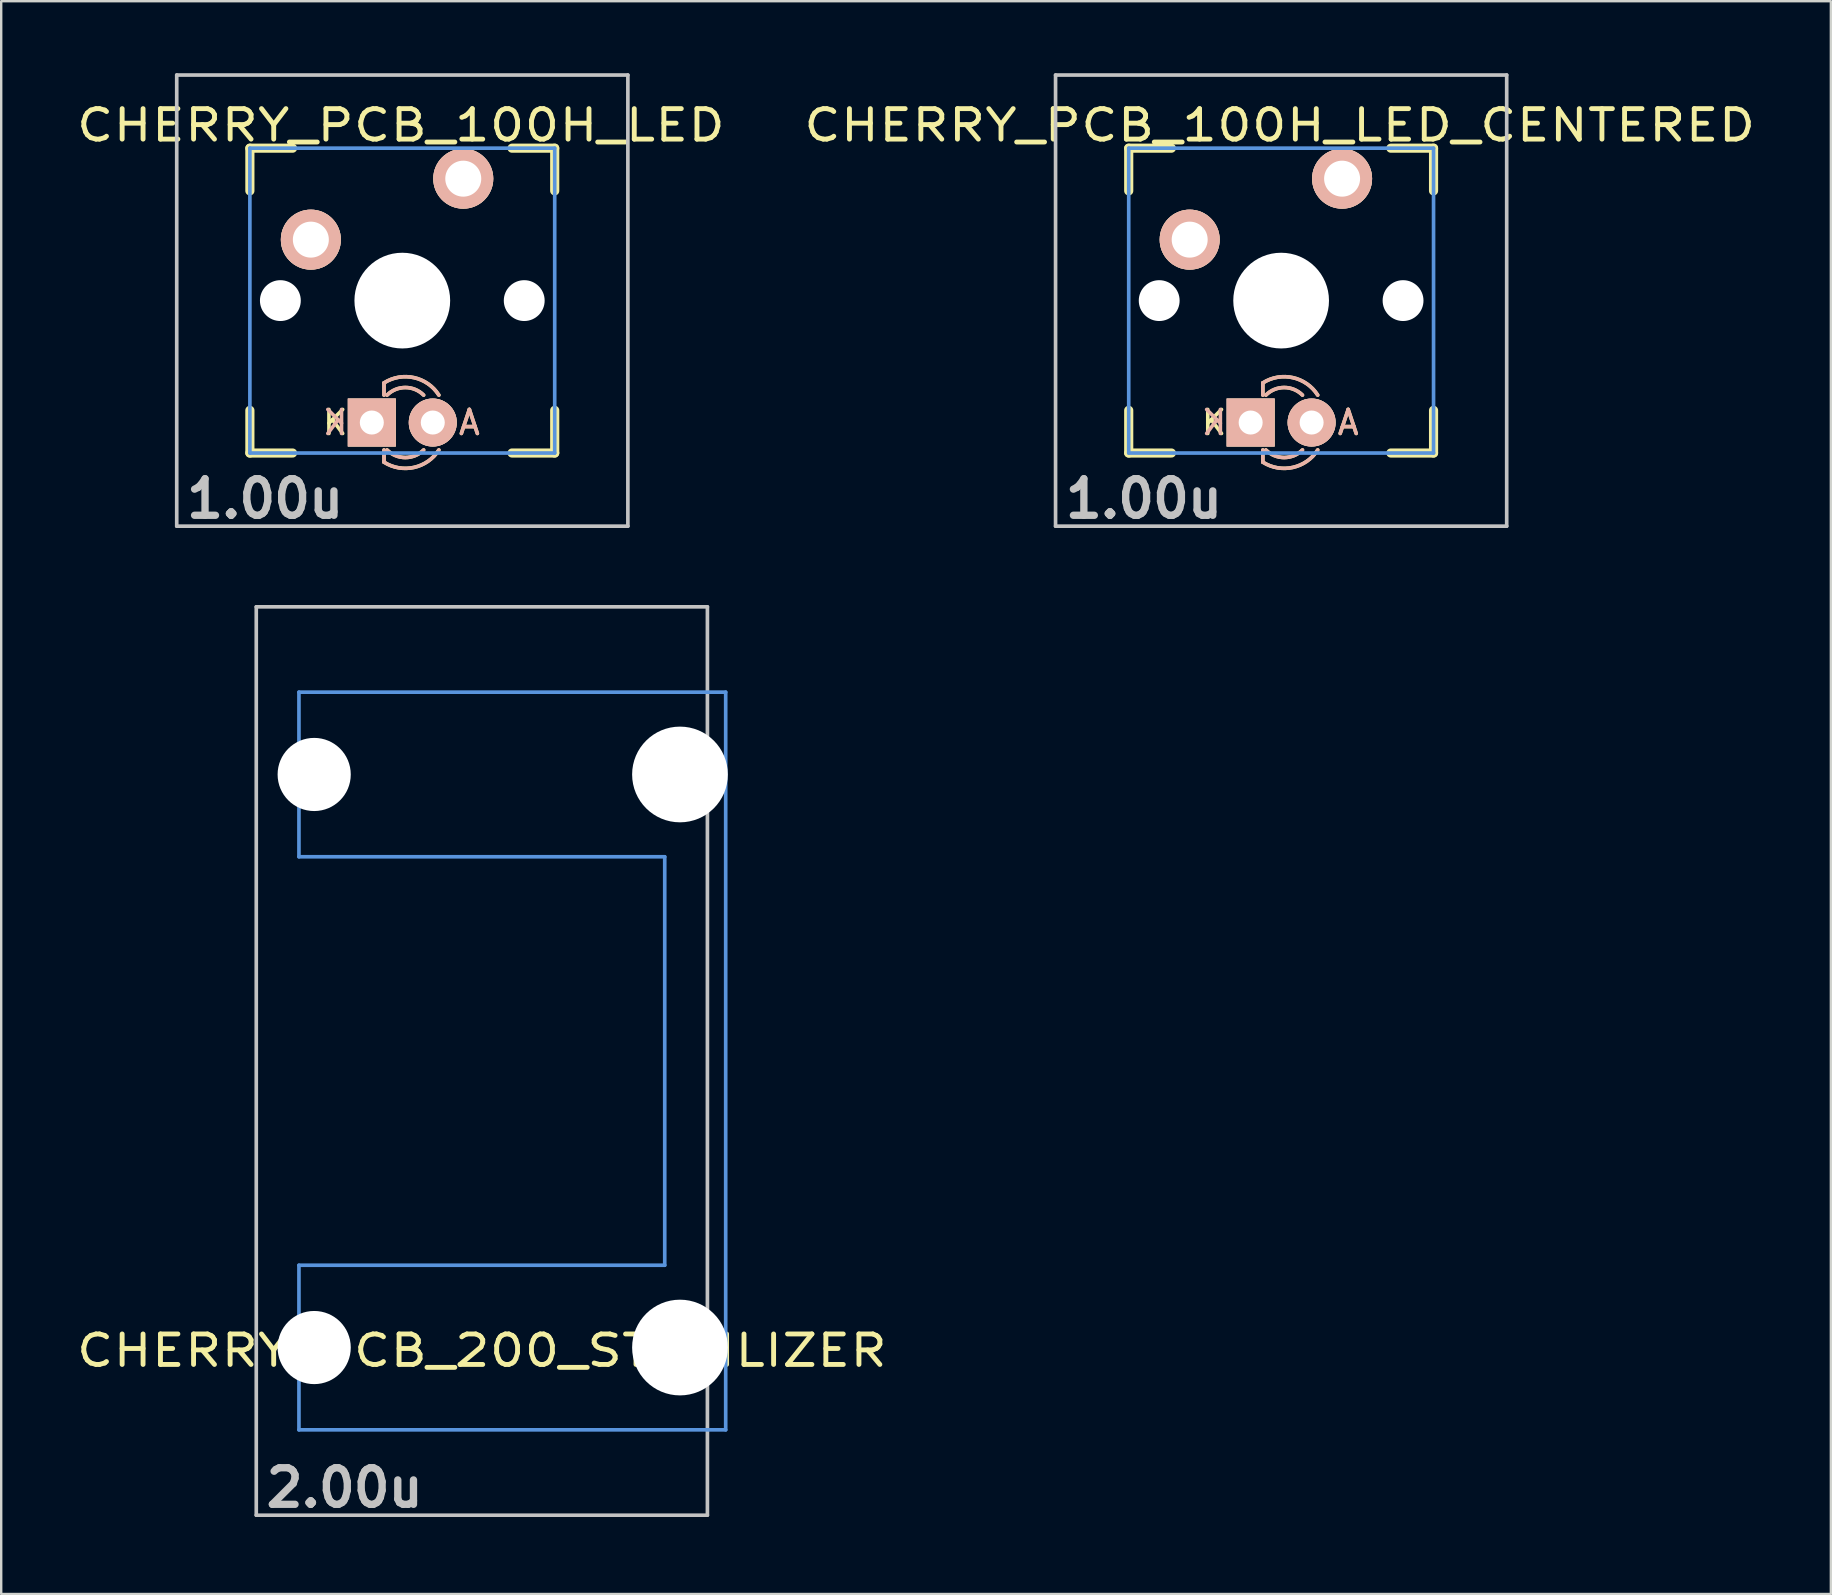
<source format=kicad_pcb>
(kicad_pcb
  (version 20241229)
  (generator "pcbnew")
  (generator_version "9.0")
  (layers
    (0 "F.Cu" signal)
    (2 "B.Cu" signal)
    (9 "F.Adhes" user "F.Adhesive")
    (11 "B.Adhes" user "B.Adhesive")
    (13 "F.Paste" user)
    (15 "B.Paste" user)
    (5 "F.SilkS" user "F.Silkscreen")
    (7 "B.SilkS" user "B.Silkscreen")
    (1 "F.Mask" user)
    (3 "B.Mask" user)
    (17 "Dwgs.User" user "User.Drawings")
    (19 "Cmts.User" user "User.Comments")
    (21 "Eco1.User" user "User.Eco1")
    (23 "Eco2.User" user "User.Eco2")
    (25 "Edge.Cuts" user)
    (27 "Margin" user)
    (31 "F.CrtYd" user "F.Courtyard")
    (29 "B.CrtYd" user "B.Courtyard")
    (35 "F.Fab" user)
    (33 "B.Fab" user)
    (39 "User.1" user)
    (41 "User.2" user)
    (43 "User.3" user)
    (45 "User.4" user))
  (footprint "CHERRY_PCB_100H_LED_CENTERED"
    (layer "F.Cu")
    (at 50.326 9.474)
    (property "Reference" "CHERRY_PCB_100H_LED_CENTERED" (at -0.06 -7.305 0) (layer "F.SilkS") (effects (font (size 1.27 1.524) (thickness 0.203))))
    (attr through_hole)
    (fp_line (start -6.35 -6.35) (end -4.572 -6.35) (stroke (width 0.381) (type solid)) (layer "F.SilkS"))
    (fp_line (start -6.35 -4.572) (end -6.35 -6.35) (stroke (width 0.381) (type solid)) (layer "F.SilkS"))
    (fp_line (start -6.35 6.35) (end -6.35 4.572) (stroke (width 0.381) (type solid)) (layer "F.SilkS"))
    (fp_line (start -4.572 6.35) (end -6.35 6.35) (stroke (width 0.381) (type solid)) (layer "F.SilkS"))
    (fp_line (start -0.762 3.429) (end -0.762 3.937) (stroke (width 0.15) (type solid)) (layer "F.SilkS"))
    (fp_line (start -0.762 6.35) (end -0.762 6.223) (stroke (width 0.15) (type solid)) (layer "F.SilkS"))
    (fp_line (start -0.762 6.731) (end -0.762 6.35) (stroke (width 0.15) (type solid)) (layer "F.SilkS"))
    (fp_line (start 4.572 -6.35) (end 6.35 -6.35) (stroke (width 0.381) (type solid)) (layer "F.SilkS"))
    (fp_line (start 6.35 -6.35) (end 6.35 -4.572) (stroke (width 0.381) (type solid)) (layer "F.SilkS"))
    (fp_line (start 6.35 4.572) (end 6.35 6.35) (stroke (width 0.381) (type solid)) (layer "F.SilkS"))
    (fp_line (start 6.35 6.35) (end 4.572 6.35) (stroke (width 0.381) (type solid)) (layer "F.SilkS"))
    (fp_arc (start -0.762 3.429) (mid 0.48621 3.209554) (end 1.524 3.937) (stroke (width 0.15) (type solid)) (layer "F.SilkS"))
    (fp_arc (start -0.635 3.937) (mid 0.127 3.621369) (end 0.889 3.937) (stroke (width 0.15) (type solid)) (layer "F.SilkS"))
    (fp_arc (start 0.889 6.223) (mid 0.127 6.538631) (end -0.635 6.223) (stroke (width 0.15) (type solid)) (layer "F.SilkS"))
    (fp_arc (start 1.524 6.223) (mid 0.48621 6.950446) (end -0.762 6.731) (stroke (width 0.15) (type solid)) (layer "F.SilkS"))
    (fp_line (start -0.762 3.429) (end -0.762 3.937) (stroke (width 0.15) (type solid)) (layer "B.SilkS"))
    (fp_line (start -0.762 6.35) (end -0.762 6.223) (stroke (width 0.15) (type solid)) (layer "B.SilkS"))
    (fp_line (start -0.762 6.731) (end -0.762 6.35) (stroke (width 0.15) (type solid)) (layer "B.SilkS"))
    (fp_arc (start -0.762 3.429) (mid 0.48621 3.209554) (end 1.524 3.937) (stroke (width 0.15) (type solid)) (layer "B.SilkS"))
    (fp_arc (start -0.635 3.937) (mid 0.127 3.621369) (end 0.889 3.937) (stroke (width 0.15) (type solid)) (layer "B.SilkS"))
    (fp_arc (start 0.889 6.223) (mid 0.127 6.538631) (end -0.635 6.223) (stroke (width 0.15) (type solid)) (layer "B.SilkS"))
    (fp_arc (start 1.524 6.223) (mid 0.48621 6.950446) (end -0.762 6.731) (stroke (width 0.15) (type solid)) (layer "B.SilkS"))
    (fp_line (start -9.398 -9.398) (end 9.398 -9.398) (stroke (width 0.152) (type solid)) (layer "Dwgs.User"))
    (fp_line (start -9.398 9.398) (end -9.398 -9.398) (stroke (width 0.152) (type solid)) (layer "Dwgs.User"))
    (fp_line (start 9.398 -9.398) (end 9.398 9.398) (stroke (width 0.152) (type solid)) (layer "Dwgs.User"))
    (fp_line (start 9.398 9.398) (end -9.398 9.398) (stroke (width 0.152) (type solid)) (layer "Dwgs.User"))
    (fp_line (start -6.35 -6.35) (end 6.35 -6.35) (stroke (width 0.152) (type solid)) (layer "Cmts.User"))
    (fp_line (start -6.35 6.35) (end -6.35 -6.35) (stroke (width 0.152) (type solid)) (layer "Cmts.User"))
    (fp_line (start 6.35 -6.35) (end 6.35 6.35) (stroke (width 0.152) (type solid)) (layer "Cmts.User"))
    (fp_line (start 6.35 6.35) (end -6.35 6.35) (stroke (width 0.152) (type solid)) (layer "Cmts.User"))
    (fp_line (start -6.985 -6.985) (end 6.985 -6.985) (stroke (width 0.152) (type solid)) (layer "Eco2.User"))
    (fp_line (start -6.985 6.985) (end -6.985 -6.985) (stroke (width 0.152) (type solid)) (layer "Eco2.User"))
    (fp_line (start 6.985 -6.985) (end 6.985 6.985) (stroke (width 0.152) (type solid)) (layer "Eco2.User"))
    (fp_line (start 6.985 6.985) (end -6.985 6.985) (stroke (width 0.152) (type solid)) (layer "Eco2.User"))
    (fp_text user "A" (at 2.794 5.08 0) (layer "F.SilkS") (effects (font (size 1 1) (thickness 0.15))))
    (fp_text user "K" (at -2.794 5.08 0) (layer "F.SilkS") (effects (font (size 1 1) (thickness 0.15))))
    (fp_text user "K" (at -2.794 5.08 0) (layer "B.SilkS") (effects (font (size 1 1) (thickness 0.15)) (justify mirror)))
    (fp_text user "A" (at 2.794 5.08 0) (layer "B.SilkS") (effects (font (size 1 1) (thickness 0.15)) (justify mirror)))
    (fp_text user "1.00u" (at -5.715 8.255 0) (layer "Dwgs.User") (effects (font (size 1.524 1.524) (thickness 0.305))))
    (pad "" np_thru_hole circle (at -5.08 0) (size 1.702 1.702) (drill 1.702) (layers "*.Cu"))
    (pad "" np_thru_hole circle (at 0 0) (size 3.988 3.988) (drill 3.988) (layers "*.Cu"))
    (pad "" np_thru_hole circle (at 5.08 0) (size 1.702 1.702) (drill 1.702) (layers "*.Cu"))
    (pad "A" thru_hole circle (at 1.27 5.08) (size 2 2) (drill 1) (layers "*.Cu" "*.SilkS" "*.Mask"))
    (pad "K" thru_hole rect (at -1.27 5.08) (size 2 2) (drill 1) (layers "*.Cu" "*.SilkS" "*.Mask"))
    (pad "SW1" thru_hole circle (at -3.81 -2.54) (size 2.5 2.5) (drill 1.499) (layers "*.Cu" "*.SilkS" "*.Mask"))
    (pad "SW2" thru_hole circle (at 2.54 -5.08) (size 2.5 2.5) (drill 1.499) (layers "*.Cu" "*.SilkS" "*.Mask")))
  (footprint "CHERRY_PCB_100H_LED"
    (layer "F.Cu")
    (at 16.251 7.569)
    (property "Reference" "CHERRY_PCB_100H_LED" (at -2.6 -5.4 0) (layer "F.SilkS") (effects (font (size 1.27 1.524) (thickness 0.203))))
    (attr through_hole)
    (fp_line (start -8.89 -4.445) (end -7.112 -4.445) (stroke (width 0.381) (type solid)) (layer "F.SilkS"))
    (fp_line (start -8.89 -2.667) (end -8.89 -4.445) (stroke (width 0.381) (type solid)) (layer "F.SilkS"))
    (fp_line (start -8.89 8.255) (end -8.89 6.477) (stroke (width 0.381) (type solid)) (layer "F.SilkS"))
    (fp_line (start -7.112 8.255) (end -8.89 8.255) (stroke (width 0.381) (type solid)) (layer "F.SilkS"))
    (fp_line (start -3.302 5.334) (end -3.302 5.842) (stroke (width 0.15) (type solid)) (layer "F.SilkS"))
    (fp_line (start -3.302 8.255) (end -3.302 8.128) (stroke (width 0.15) (type solid)) (layer "F.SilkS"))
    (fp_line (start -3.302 8.636) (end -3.302 8.255) (stroke (width 0.15) (type solid)) (layer "F.SilkS"))
    (fp_line (start 2.032 -4.445) (end 3.81 -4.445) (stroke (width 0.381) (type solid)) (layer "F.SilkS"))
    (fp_line (start 3.81 -4.445) (end 3.81 -2.667) (stroke (width 0.381) (type solid)) (layer "F.SilkS"))
    (fp_line (start 3.81 6.477) (end 3.81 8.255) (stroke (width 0.381) (type solid)) (layer "F.SilkS"))
    (fp_line (start 3.81 8.255) (end 2.032 8.255) (stroke (width 0.381) (type solid)) (layer "F.SilkS"))
    (fp_arc (start -3.302 5.334) (mid -2.05379 5.114554) (end -1.016 5.842) (stroke (width 0.15) (type solid)) (layer "F.SilkS"))
    (fp_arc (start -3.175 5.842) (mid -2.413 5.526369) (end -1.651 5.842) (stroke (width 0.15) (type solid)) (layer "F.SilkS"))
    (fp_arc (start -1.651 8.128) (mid -2.413 8.443631) (end -3.175 8.128) (stroke (width 0.15) (type solid)) (layer "F.SilkS"))
    (fp_arc (start -1.016 8.128) (mid -2.05379 8.855446) (end -3.302 8.636) (stroke (width 0.15) (type solid)) (layer "F.SilkS"))
    (fp_line (start -3.302 5.334) (end -3.302 5.842) (stroke (width 0.15) (type solid)) (layer "B.SilkS"))
    (fp_line (start -3.302 8.255) (end -3.302 8.128) (stroke (width 0.15) (type solid)) (layer "B.SilkS"))
    (fp_line (start -3.302 8.636) (end -3.302 8.255) (stroke (width 0.15) (type solid)) (layer "B.SilkS"))
    (fp_arc (start -3.302 5.334) (mid -2.05379 5.114554) (end -1.016 5.842) (stroke (width 0.15) (type solid)) (layer "B.SilkS"))
    (fp_arc (start -3.175 5.842) (mid -2.413 5.526369) (end -1.651 5.842) (stroke (width 0.15) (type solid)) (layer "B.SilkS"))
    (fp_arc (start -1.651 8.128) (mid -2.413 8.443631) (end -3.175 8.128) (stroke (width 0.15) (type solid)) (layer "B.SilkS"))
    (fp_arc (start -1.016 8.128) (mid -2.05379 8.855446) (end -3.302 8.636) (stroke (width 0.15) (type solid)) (layer "B.SilkS"))
    (fp_line (start -11.938 -7.493) (end 6.858 -7.493) (stroke (width 0.152) (type solid)) (layer "Dwgs.User"))
    (fp_line (start -11.938 11.303) (end -11.938 -7.493) (stroke (width 0.152) (type solid)) (layer "Dwgs.User"))
    (fp_line (start 6.858 -7.493) (end 6.858 11.303) (stroke (width 0.152) (type solid)) (layer "Dwgs.User"))
    (fp_line (start 6.858 11.303) (end -11.938 11.303) (stroke (width 0.152) (type solid)) (layer "Dwgs.User"))
    (fp_line (start -8.89 -4.445) (end 3.81 -4.445) (stroke (width 0.152) (type solid)) (layer "Cmts.User"))
    (fp_line (start -8.89 8.255) (end -8.89 -4.445) (stroke (width 0.152) (type solid)) (layer "Cmts.User"))
    (fp_line (start 3.81 -4.445) (end 3.81 8.255) (stroke (width 0.152) (type solid)) (layer "Cmts.User"))
    (fp_line (start 3.81 8.255) (end -8.89 8.255) (stroke (width 0.152) (type solid)) (layer "Cmts.User"))
    (fp_line (start -9.525 -5.08) (end 4.445 -5.08) (stroke (width 0.152) (type solid)) (layer "Eco2.User"))
    (fp_line (start -9.525 8.89) (end -9.525 -5.08) (stroke (width 0.152) (type solid)) (layer "Eco2.User"))
    (fp_line (start 4.445 -5.08) (end 4.445 8.89) (stroke (width 0.152) (type solid)) (layer "Eco2.User"))
    (fp_line (start 4.445 8.89) (end -9.525 8.89) (stroke (width 0.152) (type solid)) (layer "Eco2.User"))
    (fp_text user "A" (at 0.254 6.985 0) (layer "F.SilkS") (effects (font (size 1 1) (thickness 0.15))))
    (fp_text user "K" (at -5.334 6.985 0) (layer "F.SilkS") (effects (font (size 1 1) (thickness 0.15))))
    (fp_text user "K" (at -5.334 6.985 0) (layer "B.SilkS") (effects (font (size 1 1) (thickness 0.15)) (justify mirror)))
    (fp_text user "A" (at 0.254 6.985 0) (layer "B.SilkS") (effects (font (size 1 1) (thickness 0.15)) (justify mirror)))
    (fp_text user "1.00u" (at -8.255 10.16 0) (layer "Dwgs.User") (effects (font (size 1.524 1.524) (thickness 0.305))))
    (pad "" np_thru_hole circle (at -7.62 1.905) (size 1.702 1.702) (drill 1.702) (layers "*.Cu"))
    (pad "" np_thru_hole circle (at -2.54 1.905) (size 3.988 3.988) (drill 3.988) (layers "*.Cu"))
    (pad "" np_thru_hole circle (at 2.54 1.905) (size 1.702 1.702) (drill 1.702) (layers "*.Cu"))
    (pad "A" thru_hole circle (at -1.27 6.985) (size 2 2) (drill 1) (layers "*.Cu" "*.SilkS" "*.Mask"))
    (pad "K" thru_hole rect (at -3.81 6.985) (size 2 2) (drill 1) (layers "*.Cu" "*.SilkS" "*.Mask"))
    (pad "SW1" thru_hole circle (at -6.35 -0.635) (size 2.5 2.5) (drill 1.499) (layers "*.Cu" "*.SilkS" "*.Mask"))
    (pad "SW2" thru_hole circle (at 0 -3.175) (size 2.5 2.5) (drill 1.499) (layers "*.Cu" "*.SilkS" "*.Mask")))
  (footprint "CHERRY_PCB_200_STABILIZER"
    (layer "F.Cu")
    (at 17.025 41.155)
    (property "Reference" "CHERRY_PCB_200_STABILIZER" (at 0 12.065 180) (layer "F.SilkS") (effects (font (size 1.27 1.524) (thickness 0.203))))
    (attr through_hole)
    (fp_line (start -9.398 -18.923) (end 9.398 -18.923) (stroke (width 0.152) (type solid)) (layer "Dwgs.User"))
    (fp_line (start -9.398 18.923) (end -9.398 -18.923) (stroke (width 0.152) (type solid)) (layer "Dwgs.User"))
    (fp_line (start 9.398 -18.923) (end 9.398 18.923) (stroke (width 0.152) (type solid)) (layer "Dwgs.User"))
    (fp_line (start 9.398 18.923) (end -9.398 18.923) (stroke (width 0.152) (type solid)) (layer "Dwgs.User"))
    (fp_line (start -7.62 -15.367) (end -7.62 -8.509) (stroke (width 0.152) (type solid)) (layer "Cmts.User"))
    (fp_line (start -7.62 -8.509) (end 7.62 -8.509) (stroke (width 0.152) (type solid)) (layer "Cmts.User"))
    (fp_line (start -7.62 8.509) (end -7.62 15.367) (stroke (width 0.152) (type solid)) (layer "Cmts.User"))
    (fp_line (start -7.62 15.367) (end 10.16 15.367) (stroke (width 0.152) (type solid)) (layer "Cmts.User"))
    (fp_line (start 7.62 -8.509) (end 7.62 8.509) (stroke (width 0.152) (type solid)) (layer "Cmts.User"))
    (fp_line (start 7.62 8.509) (end -7.62 8.509) (stroke (width 0.152) (type solid)) (layer "Cmts.User"))
    (fp_line (start 10.16 -15.367) (end -7.62 -15.367) (stroke (width 0.152) (type solid)) (layer "Cmts.User"))
    (fp_line (start 10.16 15.367) (end 10.16 -15.367) (stroke (width 0.152) (type solid)) (layer "Cmts.User"))
    (fp_line (start -6.985 -6.985) (end -4.877 -6.985) (stroke (width 0.152) (type solid)) (layer "Eco2.User"))
    (fp_line (start -6.985 6.985) (end -6.985 -6.985) (stroke (width 0.152) (type solid)) (layer "Eco2.User"))
    (fp_line (start -5.69 -15.265) (end -2.286 -15.265) (stroke (width 0.152) (type solid)) (layer "Eco2.User"))
    (fp_line (start -5.69 -8.611) (end -5.69 -15.265) (stroke (width 0.152) (type solid)) (layer "Eco2.User"))
    (fp_line (start -5.69 8.611) (end -4.877 8.611) (stroke (width 0.152) (type solid)) (layer "Eco2.User"))
    (fp_line (start -5.69 15.265) (end -5.69 8.611) (stroke (width 0.152) (type solid)) (layer "Eco2.User"))
    (fp_line (start -4.877 -8.611) (end -5.69 -8.611) (stroke (width 0.152) (type solid)) (layer "Eco2.User"))
    (fp_line (start -4.877 -6.985) (end -4.877 -8.611) (stroke (width 0.152) (type solid)) (layer "Eco2.User"))
    (fp_line (start -4.877 6.985) (end -6.985 6.985) (stroke (width 0.152) (type solid)) (layer "Eco2.User"))
    (fp_line (start -4.877 8.611) (end -4.877 6.985) (stroke (width 0.152) (type solid)) (layer "Eco2.User"))
    (fp_line (start -2.286 -16.129) (end 0.508 -16.129) (stroke (width 0.152) (type solid)) (layer "Eco2.User"))
    (fp_line (start -2.286 -15.265) (end -2.286 -16.129) (stroke (width 0.152) (type solid)) (layer "Eco2.User"))
    (fp_line (start -2.286 15.265) (end -5.69 15.265) (stroke (width 0.152) (type solid)) (layer "Eco2.User"))
    (fp_line (start -2.286 16.129) (end -2.286 15.265) (stroke (width 0.152) (type solid)) (layer "Eco2.User"))
    (fp_line (start 0.508 -16.129) (end 0.508 -15.265) (stroke (width 0.152) (type solid)) (layer "Eco2.User"))
    (fp_line (start 0.508 -15.265) (end 6.604 -15.265) (stroke (width 0.152) (type solid)) (layer "Eco2.User"))
    (fp_line (start 0.508 15.265) (end 0.508 16.129) (stroke (width 0.152) (type solid)) (layer "Eco2.User"))
    (fp_line (start 0.508 16.129) (end -2.286 16.129) (stroke (width 0.152) (type solid)) (layer "Eco2.User"))
    (fp_line (start 5.817 -8.611) (end 5.817 -6.985) (stroke (width 0.152) (type solid)) (layer "Eco2.User"))
    (fp_line (start 5.817 -6.985) (end 6.985 -6.985) (stroke (width 0.152) (type solid)) (layer "Eco2.User"))
    (fp_line (start 5.817 6.985) (end 5.817 8.611) (stroke (width 0.152) (type solid)) (layer "Eco2.User"))
    (fp_line (start 5.817 8.611) (end 6.604 8.611) (stroke (width 0.152) (type solid)) (layer "Eco2.User"))
    (fp_line (start 6.604 -15.265) (end 6.604 -14.224) (stroke (width 0.152) (type solid)) (layer "Eco2.User"))
    (fp_line (start 6.604 -14.224) (end 7.772 -14.224) (stroke (width 0.152) (type solid)) (layer "Eco2.User"))
    (fp_line (start 6.604 -9.652) (end 6.604 -8.611) (stroke (width 0.152) (type solid)) (layer "Eco2.User"))
    (fp_line (start 6.604 -8.611) (end 5.817 -8.611) (stroke (width 0.152) (type solid)) (layer "Eco2.User"))
    (fp_line (start 6.604 8.611) (end 6.604 9.652) (stroke (width 0.152) (type solid)) (layer "Eco2.User"))
    (fp_line (start 6.604 9.652) (end 7.772 9.652) (stroke (width 0.152) (type solid)) (layer "Eco2.User"))
    (fp_line (start 6.604 14.224) (end 6.604 15.265) (stroke (width 0.152) (type solid)) (layer "Eco2.User"))
    (fp_line (start 6.604 15.265) (end 0.508 15.265) (stroke (width 0.152) (type solid)) (layer "Eco2.User"))
    (fp_line (start 6.985 -6.985) (end 6.985 6.985) (stroke (width 0.152) (type solid)) (layer "Eco2.User"))
    (fp_line (start 6.985 6.985) (end 5.817 6.985) (stroke (width 0.152) (type solid)) (layer "Eco2.User"))
    (fp_line (start 7.772 -14.224) (end 7.772 -9.652) (stroke (width 0.152) (type solid)) (layer "Eco2.User"))
    (fp_line (start 7.772 -9.652) (end 6.604 -9.652) (stroke (width 0.152) (type solid)) (layer "Eco2.User"))
    (fp_line (start 7.772 9.652) (end 7.772 14.224) (stroke (width 0.152) (type solid)) (layer "Eco2.User"))
    (fp_line (start 7.772 14.224) (end 6.604 14.224) (stroke (width 0.152) (type solid)) (layer "Eco2.User"))
    (fp_text user "2.00u" (at -5.715 17.78 0) (layer "Dwgs.User") (effects (font (size 1.524 1.524) (thickness 0.305))))
    (pad "" np_thru_hole circle (at -6.985 -11.938 90) (size 3.048 3.048) (drill 3.048) (layers "*.Cu"))
    (pad "" np_thru_hole circle (at -6.985 11.938 90) (size 3.048 3.048) (drill 3.048) (layers "*.Cu"))
    (pad "" np_thru_hole circle (at 8.255 -11.938 90) (size 3.988 3.988) (drill 3.988) (layers "*.Cu"))
    (pad "" np_thru_hole circle (at 8.255 11.938 90) (size 3.988 3.988) (drill 3.988) (layers "*.Cu")))
  (gr_rect
    (start -3 -3)
    (end 73.23 63.361)
    (stroke (width 0.1) (type default))
    (fill no)
    (layer "Edge.Cuts")))
</source>
